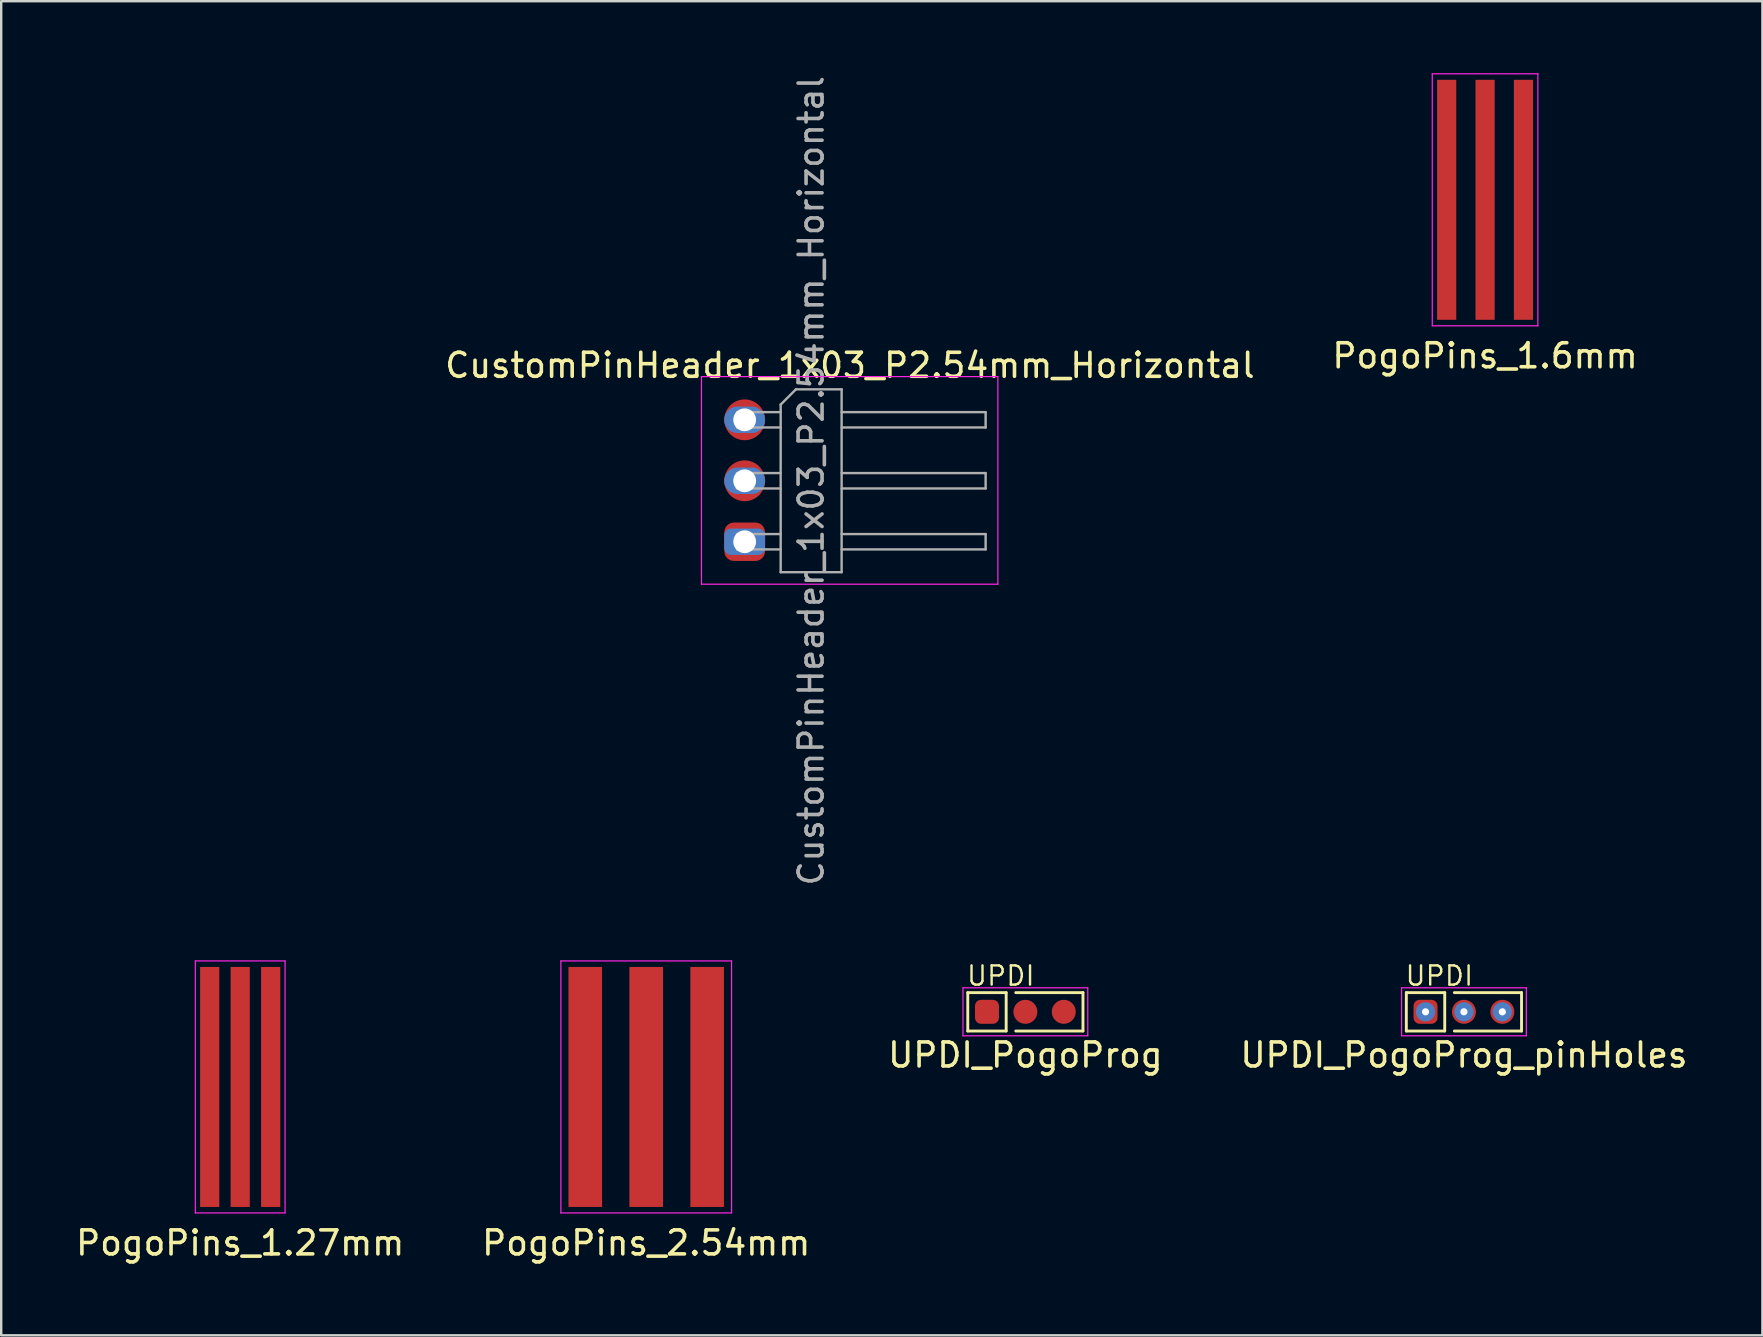
<source format=kicad_pcb>
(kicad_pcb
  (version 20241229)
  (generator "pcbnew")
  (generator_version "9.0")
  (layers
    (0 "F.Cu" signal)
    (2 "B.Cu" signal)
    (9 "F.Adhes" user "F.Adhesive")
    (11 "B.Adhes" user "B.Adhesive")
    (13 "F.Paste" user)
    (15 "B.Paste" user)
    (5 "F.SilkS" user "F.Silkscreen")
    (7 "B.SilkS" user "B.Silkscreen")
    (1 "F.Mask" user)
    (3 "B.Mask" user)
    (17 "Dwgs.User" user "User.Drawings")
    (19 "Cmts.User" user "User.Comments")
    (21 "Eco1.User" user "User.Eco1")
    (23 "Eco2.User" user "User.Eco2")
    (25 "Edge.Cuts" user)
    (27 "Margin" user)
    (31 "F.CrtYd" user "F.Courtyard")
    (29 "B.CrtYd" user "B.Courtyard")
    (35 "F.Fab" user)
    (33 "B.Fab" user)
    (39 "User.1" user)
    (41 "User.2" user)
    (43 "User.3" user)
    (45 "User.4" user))
  (footprint "PogoPins_2.54mm"
    (layer "F.Cu")
    (at 23.875 42.239)
    (property "Reference" "PogoPins_2.54mm" (at 0 6.5 0) (layer "F.SilkS") (effects (font (size 1 1) (thickness 0.15))))
    (attr through_hole)
    (fp_line (start -3.556 -5.25) (end 3.556 -5.25) (stroke (width 0.05) (type solid)) (layer "F.CrtYd"))
    (fp_line (start -3.556 5.25) (end -3.556 -5.25) (stroke (width 0.05) (type solid)) (layer "F.CrtYd"))
    (fp_line (start 3.556 -5.25) (end 3.556 5.25) (stroke (width 0.05) (type solid)) (layer "F.CrtYd"))
    (fp_line (start 3.556 5.25) (end -3.556 5.25) (stroke (width 0.05) (type solid)) (layer "F.CrtYd"))
    (pad "1" smd rect (at -2.54 0) (size 1.4 10) (layers "F.Cu" "F.Mask"))
    (pad "2" smd rect (at 0 0) (size 1.4 10) (layers "F.Cu" "F.Mask"))
    (pad "3" smd rect (at 2.54 0) (size 1.4 10) (layers "F.Cu" "F.Mask")))
  (footprint "UPDI_PogoProg"
    (layer "F.Cu")
    (at 39.673 39.108)
    (property "Reference" "UPDI_PogoProg" (at 0 1.8 0) (layer "F.SilkS") (effects (font (size 1 1) (thickness 0.15))))
    (attr through_hole)
    (fp_line (start -2.4 -0.8) (end -0.8 -0.8) (stroke (width 0.12) (type solid)) (layer "F.SilkS"))
    (fp_line (start -2.4 0.8) (end -2.4 -0.8) (stroke (width 0.12) (type solid)) (layer "F.SilkS"))
    (fp_line (start -0.8 0.8) (end -2.4 0.8) (stroke (width 0.12) (type solid)) (layer "F.SilkS"))
    (fp_line (start -0.8 0.8) (end -0.8 -0.8) (stroke (width 0.12) (type solid)) (layer "F.SilkS"))
    (fp_line (start -0.4 -0.8) (end 2.4 -0.8) (stroke (width 0.12) (type solid)) (layer "F.SilkS"))
    (fp_line (start 2.4 -0.8) (end 2.4 0.8) (stroke (width 0.12) (type solid)) (layer "F.SilkS"))
    (fp_line (start 2.4 0.8) (end -0.4 0.8) (stroke (width 0.12) (type solid)) (layer "F.SilkS"))
    (fp_line (start -2.6 -1) (end 2.6 -1) (stroke (width 0.05) (type solid)) (layer "F.CrtYd"))
    (fp_line (start -2.6 1) (end -2.6 -1) (stroke (width 0.05) (type solid)) (layer "F.CrtYd"))
    (fp_line (start 2.6 -1) (end 2.6 1) (stroke (width 0.05) (type solid)) (layer "F.CrtYd"))
    (fp_line (start 2.6 1) (end -2.6 1) (stroke (width 0.05) (type solid)) (layer "F.CrtYd"))
    (fp_text user "UPDI" (at -2.5 -1.5 0) (unlocked yes) (layer "F.SilkS") (effects (font (size 0.8 0.8) (thickness 0.1)) (justify left)))
    (pad "1" smd roundrect (at -1.6 0) (size 1 1) (layers "F.Cu" "F.Mask" "F.Paste") (roundrect_rratio 0.25))
    (pad "2" smd circle (at 0 0) (size 1 1) (layers "F.Cu" "F.Mask" "F.Paste"))
    (pad "3" smd circle (at 1.6 0) (size 1 1) (layers "F.Cu" "F.Mask" "F.Paste")))
  (footprint "UPDI_PogoProg_pinHoles"
    (layer "F.Cu")
    (at 57.946 39.108)
    (property "Reference" "UPDI_PogoProg_pinHoles" (at 0 1.8 0) (layer "F.SilkS") (effects (font (size 1 1) (thickness 0.15))))
    (attr through_hole)
    (fp_line (start -2.4 -0.8) (end -0.8 -0.8) (stroke (width 0.12) (type solid)) (layer "F.SilkS"))
    (fp_line (start -2.4 0.8) (end -2.4 -0.8) (stroke (width 0.12) (type solid)) (layer "F.SilkS"))
    (fp_line (start -0.8 0.8) (end -2.4 0.8) (stroke (width 0.12) (type solid)) (layer "F.SilkS"))
    (fp_line (start -0.8 0.8) (end -0.8 -0.8) (stroke (width 0.12) (type solid)) (layer "F.SilkS"))
    (fp_line (start -0.4 -0.8) (end 2.4 -0.8) (stroke (width 0.12) (type solid)) (layer "F.SilkS"))
    (fp_line (start 2.4 -0.8) (end 2.4 0.8) (stroke (width 0.12) (type solid)) (layer "F.SilkS"))
    (fp_line (start 2.4 0.8) (end -0.4 0.8) (stroke (width 0.12) (type solid)) (layer "F.SilkS"))
    (fp_line (start -2.6 -1) (end 2.6 -1) (stroke (width 0.05) (type solid)) (layer "F.CrtYd"))
    (fp_line (start -2.6 1) (end -2.6 -1) (stroke (width 0.05) (type solid)) (layer "F.CrtYd"))
    (fp_line (start 2.6 -1) (end 2.6 1) (stroke (width 0.05) (type solid)) (layer "F.CrtYd"))
    (fp_line (start 2.6 1) (end -2.6 1) (stroke (width 0.05) (type solid)) (layer "F.CrtYd"))
    (fp_text user "UPDI" (at -2.5 -1.5 0) (unlocked yes) (layer "F.SilkS") (effects (font (size 0.8 0.8) (thickness 0.1)) (justify left)))
    (pad "1" thru_hole circle (at -1.6 0) (size 0.8 0.8) (drill 0.3) (layers "*.Cu") (remove_unused_layers yes) (keep_end_layers yes) (zone_layer_connections))
    (pad "1" smd roundrect (at -1.6 0) (size 1 1) (layers "F.Cu" "F.Mask" "F.Paste") (roundrect_rratio 0.25))
    (pad "2" thru_hole circle (at 0 0) (size 0.8 0.8) (drill 0.3) (layers "*.Cu") (remove_unused_layers yes) (keep_end_layers yes) (zone_layer_connections))
    (pad "2" smd circle (at 0 0) (size 1 1) (layers "F.Cu" "F.Mask" "F.Paste"))
    (pad "3" thru_hole circle (at 1.6 0) (size 0.8 0.8) (drill 0.3) (layers "*.Cu") (remove_unused_layers yes) (keep_end_layers yes) (zone_layer_connections))
    (pad "3" smd circle (at 1.6 0) (size 1 1) (layers "F.Cu" "F.Mask" "F.Paste")))
  (footprint "PogoPins_1.6mm"
    (layer "F.Cu")
    (at 58.827 5.275)
    (property "Reference" "PogoPins_1.6mm" (at 0 6.5 0) (layer "F.SilkS") (effects (font (size 1 1) (thickness 0.15))))
    (attr through_hole)
    (fp_line (start -2.2 -5.25) (end 2.2 -5.25) (stroke (width 0.05) (type solid)) (layer "F.CrtYd"))
    (fp_line (start -2.2 5.25) (end -2.2 -5.25) (stroke (width 0.05) (type solid)) (layer "F.CrtYd"))
    (fp_line (start 2.2 -5.25) (end 2.2 5.25) (stroke (width 0.05) (type solid)) (layer "F.CrtYd"))
    (fp_line (start 2.2 5.25) (end -2.2 5.25) (stroke (width 0.05) (type solid)) (layer "F.CrtYd"))
    (pad "1" smd rect (at -1.6 0) (size 0.8 10) (layers "F.Cu" "F.Mask"))
    (pad "2" smd rect (at 0 0) (size 0.8 10) (layers "F.Cu" "F.Mask"))
    (pad "3" smd rect (at 1.6 0) (size 0.8 10) (layers "F.Cu" "F.Mask")))
  (footprint "PogoPins_1.27mm"
    (layer "F.Cu")
    (at 6.958 42.239)
    (property "Reference" "PogoPins_1.27mm" (at 0 6.5 0) (layer "F.SilkS") (effects (font (size 1 1) (thickness 0.15))))
    (attr through_hole)
    (fp_line (start -1.87 -5.25) (end 1.87 -5.25) (stroke (width 0.05) (type solid)) (layer "F.CrtYd"))
    (fp_line (start -1.87 5.25) (end -1.87 -5.25) (stroke (width 0.05) (type solid)) (layer "F.CrtYd"))
    (fp_line (start 1.87 -5.25) (end 1.87 5.25) (stroke (width 0.05) (type solid)) (layer "F.CrtYd"))
    (fp_line (start 1.87 5.25) (end -1.87 5.25) (stroke (width 0.05) (type solid)) (layer "F.CrtYd"))
    (pad "1" smd rect (at -1.27 0) (size 0.8 10) (layers "F.Cu" "F.Mask"))
    (pad "2" smd rect (at 0 0) (size 0.8 10) (layers "F.Cu" "F.Mask"))
    (pad "3" smd rect (at 1.27 0) (size 0.8 10) (layers "F.Cu" "F.Mask")))
  (footprint "ahoi"
    (layer "F.Cu")
    (at 5.06 4.748)
    (property "Reference" "ahoi" (at 0 -3.9 0) (layer "F.Mask") (effects (font (size 1 1) (thickness 0.15))))
    (attr through_hole)
    (fp_line (start -5 -1.5) (end 0 0) (stroke (width 0.12) (type solid)) (layer "F.Mask"))
    (fp_line (start -4.3 -1.5) (end -4 -1.2) (stroke (width 0.05) (type solid)) (layer "F.Mask"))
    (fp_line (start -3.9 -1.5) (end -3.45 -1.05) (stroke (width 0.05) (type solid)) (layer "F.Mask"))
    (fp_line (start -3.5 -1.5) (end -2.9 -0.9) (stroke (width 0.05) (type solid)) (layer "F.Mask"))
    (fp_line (start -3.1 -1.5) (end -2.3 -0.7) (stroke (width 0.05) (type solid)) (layer "F.Mask"))
    (fp_line (start -2.7 -1.5) (end -1.85 -0.65) (stroke (width 0.05) (type solid)) (layer "F.Mask"))
    (fp_line (start -2.349 -1.575) (end -1.7 -0.9) (stroke (width 0.05) (type solid)) (layer "F.Mask"))
    (fp_line (start -2 2) (end -5 -1.5) (stroke (width 0.12) (type solid)) (layer "F.Mask"))
    (fp_line (start -1.905 -1.524) (end -1.5 -1.1) (stroke (width 0.05) (type solid)) (layer "F.Mask"))
    (fp_line (start -1.524 -1.524) (end -1.35 -1.35) (stroke (width 0.05) (type solid)) (layer "F.Mask"))
    (fp_line (start -1.143 -1.587) (end -5 -1.5) (stroke (width 0.12) (type solid)) (layer "F.Mask"))
    (fp_line (start 0 -3) (end -1.9 -0.6) (stroke (width 0.12) (type solid)) (layer "F.Mask"))
    (fp_line (start 0 -3) (end 0 0) (stroke (width 0.12) (type solid)) (layer "F.Mask"))
    (fp_line (start 0 -3) (end 1.9 -0.6) (stroke (width 0.12) (type solid)) (layer "F.Mask"))
    (fp_line (start 0 0) (end -2 2) (stroke (width 0.12) (type solid)) (layer "F.Mask"))
    (fp_line (start 0 0) (end 2 2) (stroke (width 0.12) (type solid)) (layer "F.Mask"))
    (fp_line (start 0 0) (end 5 -1.5) (stroke (width 0.12) (type solid)) (layer "F.Mask"))
    (fp_line (start 1.143 -1.587) (end 5 -1.5) (stroke (width 0.12) (type solid)) (layer "F.Mask"))
    (fp_line (start 1.206 -1.587) (end 2.15 -0.65) (stroke (width 0.05) (type solid)) (layer "F.Mask"))
    (fp_line (start 1.5 -1.1) (end 2 -0.6) (stroke (width 0.05) (type solid)) (layer "F.Mask"))
    (fp_line (start 1.651 -1.587) (end 2.45 -0.75) (stroke (width 0.05) (type solid)) (layer "F.Mask"))
    (fp_line (start 2 2) (end -2 2) (stroke (width 0.12) (type solid)) (layer "F.Mask"))
    (fp_line (start 2 2) (end 5 -1.5) (stroke (width 0.12) (type solid)) (layer "F.Mask"))
    (fp_line (start 2.095 -1.524) (end 2.75 -0.85) (stroke (width 0.05) (type solid)) (layer "F.Mask"))
    (fp_line (start 2.477 -1.524) (end 3.1 -0.9) (stroke (width 0.05) (type solid)) (layer "F.Mask"))
    (fp_line (start 2.9 -1.5) (end 3.4 -1) (stroke (width 0.05) (type solid)) (layer "F.Mask"))
    (fp_line (start 3.3 -1.5) (end 3.7 -1.1) (stroke (width 0.05) (type solid)) (layer "F.Mask"))
    (fp_line (start 3.7 -1.5) (end 4 -1.2) (stroke (width 0.05) (type solid)) (layer "F.Mask"))
    (fp_line (start 4.1 -1.5) (end 4.3 -1.3) (stroke (width 0.05) (type solid)) (layer "F.Mask"))
    (fp_text user "ansemjo" (at 4.1 -2.54 0) (layer "F.Mask") (effects (font (size 1 1) (thickness 0.15)))))
  (footprint "CustomPinHeader_1x03_P2.54mm_Horizontal"
    (layer "F.Cu")
    (at 27.977 14.442)
    (property "Reference" "CustomPinHeader_1x03_P2.54mm_Horizontal" (at 4.385 -2.27 180) (layer "F.SilkS") (effects (font (size 1 1) (thickness 0.15))))
    (attr through_hole)
    (fp_line (start -1.8 -1.8) (end -1.8 6.85) (stroke (width 0.05) (type solid)) (layer "F.CrtYd"))
    (fp_line (start -1.8 6.85) (end 10.55 6.85) (stroke (width 0.05) (type solid)) (layer "F.CrtYd"))
    (fp_line (start 10.55 -1.8) (end -1.8 -1.8) (stroke (width 0.05) (type solid)) (layer "F.CrtYd"))
    (fp_line (start 10.55 6.85) (end 10.55 -1.8) (stroke (width 0.05) (type solid)) (layer "F.CrtYd"))
    (fp_line (start -0.32 -0.32) (end -0.32 0.32) (stroke (width 0.1) (type solid)) (layer "F.Fab"))
    (fp_line (start -0.32 -0.32) (end 1.5 -0.32) (stroke (width 0.1) (type solid)) (layer "F.Fab"))
    (fp_line (start -0.32 0.32) (end 1.5 0.32) (stroke (width 0.1) (type solid)) (layer "F.Fab"))
    (fp_line (start -0.32 2.22) (end -0.32 2.86) (stroke (width 0.1) (type solid)) (layer "F.Fab"))
    (fp_line (start -0.32 2.22) (end 1.5 2.22) (stroke (width 0.1) (type solid)) (layer "F.Fab"))
    (fp_line (start -0.32 2.86) (end 1.5 2.86) (stroke (width 0.1) (type solid)) (layer "F.Fab"))
    (fp_line (start -0.32 4.76) (end -0.32 5.4) (stroke (width 0.1) (type solid)) (layer "F.Fab"))
    (fp_line (start -0.32 4.76) (end 1.5 4.76) (stroke (width 0.1) (type solid)) (layer "F.Fab"))
    (fp_line (start -0.32 5.4) (end 1.5 5.4) (stroke (width 0.1) (type solid)) (layer "F.Fab"))
    (fp_line (start 1.5 -0.635) (end 2.135 -1.27) (stroke (width 0.1) (type solid)) (layer "F.Fab"))
    (fp_line (start 1.5 6.35) (end 1.5 -0.635) (stroke (width 0.1) (type solid)) (layer "F.Fab"))
    (fp_line (start 2.135 -1.27) (end 4.04 -1.27) (stroke (width 0.1) (type solid)) (layer "F.Fab"))
    (fp_line (start 4.04 -1.27) (end 4.04 6.35) (stroke (width 0.1) (type solid)) (layer "F.Fab"))
    (fp_line (start 4.04 -0.32) (end 10.04 -0.32) (stroke (width 0.1) (type solid)) (layer "F.Fab"))
    (fp_line (start 4.04 0.32) (end 10.04 0.32) (stroke (width 0.1) (type solid)) (layer "F.Fab"))
    (fp_line (start 4.04 2.22) (end 10.04 2.22) (stroke (width 0.1) (type solid)) (layer "F.Fab"))
    (fp_line (start 4.04 2.86) (end 10.04 2.86) (stroke (width 0.1) (type solid)) (layer "F.Fab"))
    (fp_line (start 4.04 4.76) (end 10.04 4.76) (stroke (width 0.1) (type solid)) (layer "F.Fab"))
    (fp_line (start 4.04 5.4) (end 10.04 5.4) (stroke (width 0.1) (type solid)) (layer "F.Fab"))
    (fp_line (start 4.04 6.35) (end 1.5 6.35) (stroke (width 0.1) (type solid)) (layer "F.Fab"))
    (fp_line (start 10.04 -0.32) (end 10.04 0.32) (stroke (width 0.1) (type solid)) (layer "F.Fab"))
    (fp_line (start 10.04 2.22) (end 10.04 2.86) (stroke (width 0.1) (type solid)) (layer "F.Fab"))
    (fp_line (start 10.04 4.76) (end 10.04 5.4) (stroke (width 0.1) (type solid)) (layer "F.Fab"))
    (fp_text user "${REFERENCE}" (at 2.77 2.54 270) (layer "F.Fab") (effects (font (size 1 1) (thickness 0.15))))
    (pad "1" thru_hole roundrect (at 0 5.08) (size 1.7 1.1) (drill 0.95) (layers "*.Cu" "*.Mask") (roundrect_rratio 0.25))
    (pad "1" smd roundrect (at 0 5.08) (size 1.7 1.6) (layers "F.Cu" "F.Mask") (roundrect_rratio 0.25))
    (pad "2" thru_hole oval (at 0 2.54) (size 1.7 1.1) (drill 0.95) (layers "*.Cu" "*.Mask"))
    (pad "2" smd circle (at 0 2.54) (size 1.7 1.7) (layers "F.Cu" "F.Mask"))
    (pad "3" thru_hole oval (at 0 0) (size 1.7 1.1) (drill 0.95) (layers "*.Cu" "*.Mask"))
    (pad "3" smd circle (at 0 0) (size 1.7 1.7) (layers "F.Cu" "F.Mask")))
  (gr_rect
    (start -3 -3)
    (end 70.381 52.588)
    (stroke (width 0.1) (type default))
    (fill no)
    (layer "Edge.Cuts")))
</source>
